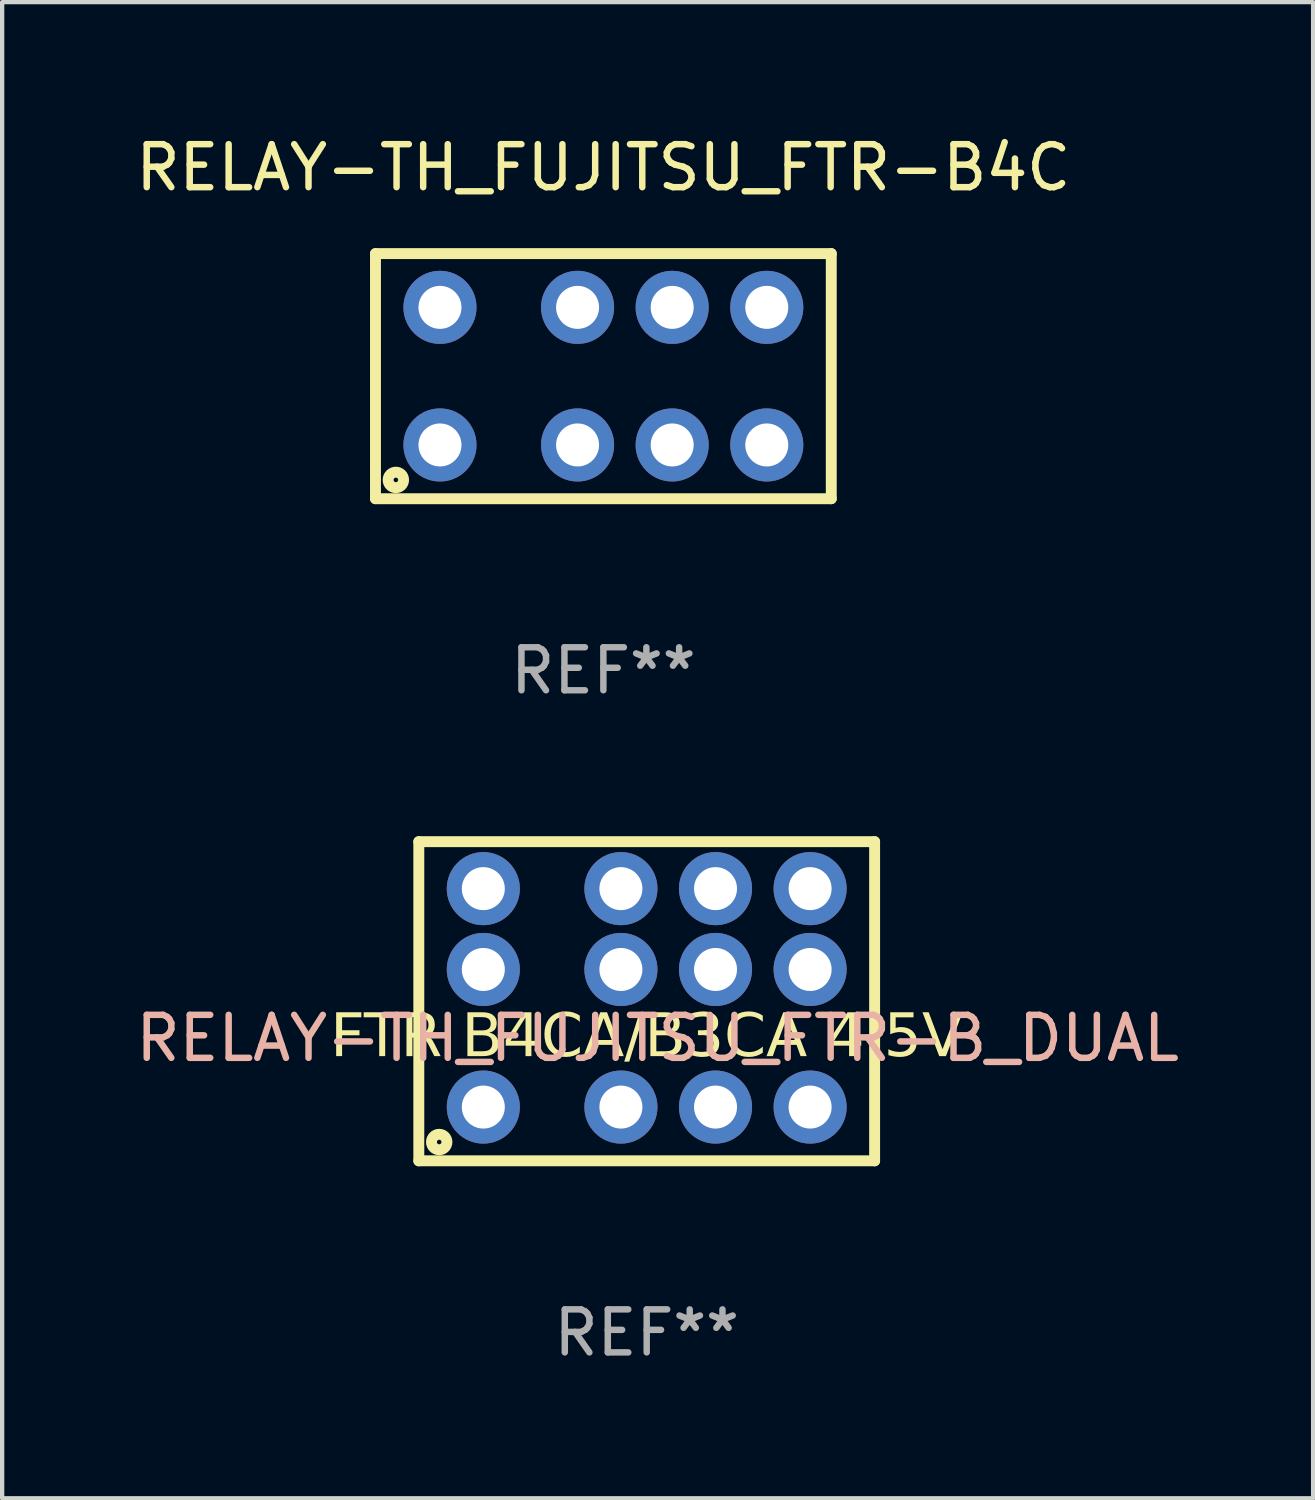
<source format=kicad_pcb>
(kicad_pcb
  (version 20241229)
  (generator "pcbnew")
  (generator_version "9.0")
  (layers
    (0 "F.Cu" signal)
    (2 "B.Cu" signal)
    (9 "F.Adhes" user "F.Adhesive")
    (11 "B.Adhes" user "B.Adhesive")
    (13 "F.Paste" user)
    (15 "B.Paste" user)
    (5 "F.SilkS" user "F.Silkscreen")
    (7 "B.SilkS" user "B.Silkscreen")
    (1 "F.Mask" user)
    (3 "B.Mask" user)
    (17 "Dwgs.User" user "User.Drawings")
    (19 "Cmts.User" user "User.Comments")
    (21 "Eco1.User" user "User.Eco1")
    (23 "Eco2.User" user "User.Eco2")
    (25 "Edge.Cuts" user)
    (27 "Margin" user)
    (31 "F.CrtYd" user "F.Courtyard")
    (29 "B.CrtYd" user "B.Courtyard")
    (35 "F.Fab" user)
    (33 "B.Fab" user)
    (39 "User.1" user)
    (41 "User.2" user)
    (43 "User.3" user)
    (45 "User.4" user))
  (footprint "RELAY-TH_FUJITSU_FTR-B_DUAL"
    (layer "F.Cu")
    (at 11.99 21.096)
    (property "Reference" "RELAY-TH_FUJITSU_FTR-B_DUAL" (at 0.254 0 0) (layer "B.SilkS") (effects (font (size 1 1) (thickness 0.15))))
    (attr through_hole)
    (fp_line (start -5.3 -4.572) (end 5.3 -4.572) (stroke (width 0.254) (type solid)) (layer "F.SilkS"))
    (fp_line (start -5.3 2.85) (end -5.3 -4.572) (stroke (width 0.254) (type solid)) (layer "F.SilkS"))
    (fp_line (start -5.3 2.85) (end 5.3 2.85) (stroke (width 0.254) (type solid)) (layer "F.SilkS"))
    (fp_line (start 5.3 2.85) (end 5.3 -4.572) (stroke (width 0.254) (type solid)) (layer "F.SilkS"))
    (fp_circle (center -5.3 2.85) (end -5.27 2.85) (stroke (width 0.06) (type solid)) (fill no) (layer "F.SilkS"))
    (fp_circle (center -4.826 2.413) (end -4.646 2.413) (stroke (width 0.254) (type solid)) (fill no) (layer "F.SilkS"))
    (fp_text user "FTR B4CA/B3CA 4.5V" (at 0 0 0) (unlocked yes) (layer "F.SilkS") (effects (font (face "Milk Run") (size 1 1) (thickness 0.1))))
    (fp_text user "REF**" (at -0.000203 6.85 0) (layer "F.Fab") (effects (font (size 1 1) (thickness 0.15))))
    (pad "1" thru_hole circle (at -3.8 1.6) (size 1.7 1.7) (drill 1) (layers "*.Cu" "*.Mask"))
    (pad "2" thru_hole circle (at -0.6 1.6) (size 1.7 1.7) (drill 1) (layers "*.Cu" "*.Mask"))
    (pad "3" thru_hole circle (at 1.6 1.6) (size 1.7 1.7) (drill 1) (layers "*.Cu" "*.Mask"))
    (pad "4" thru_hole circle (at 3.8 1.6) (size 1.7 1.7) (drill 1) (layers "*.Cu" "*.Mask"))
    (pad "5" thru_hole circle (at 3.8 -3.48) (size 1.7 1.7) (drill 1) (layers "*.Cu" "*.Mask"))
    (pad "5" thru_hole circle (at 3.8 -1.6) (size 1.7 1.7) (drill 1) (layers "*.Cu" "*.Mask"))
    (pad "6" thru_hole circle (at 1.6 -3.48) (size 1.7 1.7) (drill 1) (layers "*.Cu" "*.Mask"))
    (pad "6" thru_hole circle (at 1.6 -1.6) (size 1.7 1.7) (drill 1) (layers "*.Cu" "*.Mask"))
    (pad "7" thru_hole circle (at -0.6 -3.48) (size 1.7 1.7) (drill 1) (layers "*.Cu" "*.Mask"))
    (pad "7" thru_hole circle (at -0.6 -1.6) (size 1.7 1.7) (drill 1) (layers "*.Cu" "*.Mask"))
    (pad "8" thru_hole circle (at -3.8 -3.48) (size 1.7 1.7) (drill 1) (layers "*.Cu" "*.Mask"))
    (pad "8" thru_hole circle (at -3.8 -1.6) (size 1.7 1.7) (drill 1) (layers "*.Cu" "*.Mask")))
  (footprint "RELAY-TH_FUJITSU_FTR-B4C"
    (layer "F.Cu")
    (at 10.982 5.698)
    (property "Reference" "RELAY-TH_FUJITSU_FTR-B4C" (at -0.000203 -4.85 0) (layer "F.SilkS") (effects (font (size 1 1) (thickness 0.15))))
    (attr through_hole)
    (fp_line (start -5.3 -2.85) (end 5.3 -2.85) (stroke (width 0.254) (type solid)) (layer "F.SilkS"))
    (fp_line (start -5.3 2.85) (end -5.3 -2.85) (stroke (width 0.254) (type solid)) (layer "F.SilkS"))
    (fp_line (start -5.3 2.85) (end 5.3 2.85) (stroke (width 0.254) (type solid)) (layer "F.SilkS"))
    (fp_line (start 5.3 2.85) (end 5.3 -2.85) (stroke (width 0.254) (type solid)) (layer "F.SilkS"))
    (fp_circle (center -5.3 2.85) (end -5.27 2.85) (stroke (width 0.06) (type solid)) (fill no) (layer "F.SilkS"))
    (fp_circle (center -4.826 2.413) (end -4.646 2.413) (stroke (width 0.254) (type solid)) (fill no) (layer "F.SilkS"))
    (fp_text user "REF**" (at -0.000203 6.85 0) (layer "F.Fab") (effects (font (size 1 1) (thickness 0.15))))
    (pad "1" thru_hole circle (at -3.8 1.6) (size 1.7 1.7) (drill 1) (layers "*.Cu" "*.Mask"))
    (pad "2" thru_hole circle (at -0.6 1.6) (size 1.7 1.7) (drill 1) (layers "*.Cu" "*.Mask"))
    (pad "3" thru_hole circle (at 1.6 1.6) (size 1.7 1.7) (drill 1) (layers "*.Cu" "*.Mask"))
    (pad "4" thru_hole circle (at 3.8 1.6) (size 1.7 1.7) (drill 1) (layers "*.Cu" "*.Mask"))
    (pad "5" thru_hole circle (at 3.8 -1.6) (size 1.7 1.7) (drill 1) (layers "*.Cu" "*.Mask"))
    (pad "6" thru_hole circle (at 1.6 -1.6) (size 1.7 1.7) (drill 1) (layers "*.Cu" "*.Mask"))
    (pad "7" thru_hole circle (at -0.6 -1.6) (size 1.7 1.7) (drill 1) (layers "*.Cu" "*.Mask"))
    (pad "8" thru_hole circle (at -3.8 -1.6) (size 1.7 1.7) (drill 1) (layers "*.Cu" "*.Mask")))
  (gr_rect
    (start -3 -3)
    (end 27.488 31.794)
    (stroke (width 0.1) (type default))
    (fill no)
    (layer "Edge.Cuts")))
</source>
